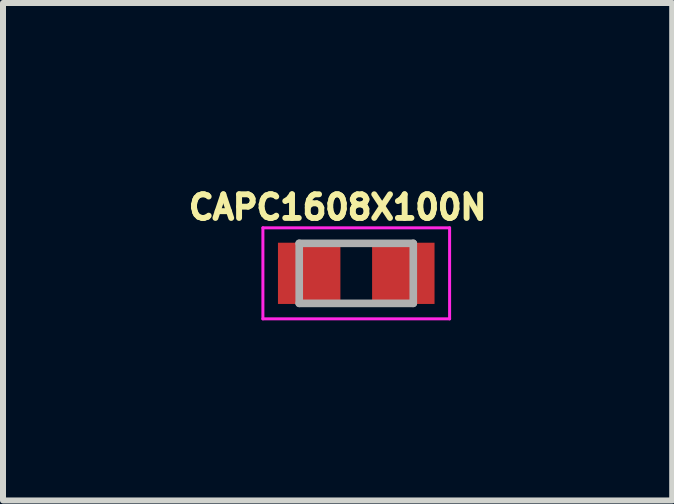
<source format=kicad_pcb>
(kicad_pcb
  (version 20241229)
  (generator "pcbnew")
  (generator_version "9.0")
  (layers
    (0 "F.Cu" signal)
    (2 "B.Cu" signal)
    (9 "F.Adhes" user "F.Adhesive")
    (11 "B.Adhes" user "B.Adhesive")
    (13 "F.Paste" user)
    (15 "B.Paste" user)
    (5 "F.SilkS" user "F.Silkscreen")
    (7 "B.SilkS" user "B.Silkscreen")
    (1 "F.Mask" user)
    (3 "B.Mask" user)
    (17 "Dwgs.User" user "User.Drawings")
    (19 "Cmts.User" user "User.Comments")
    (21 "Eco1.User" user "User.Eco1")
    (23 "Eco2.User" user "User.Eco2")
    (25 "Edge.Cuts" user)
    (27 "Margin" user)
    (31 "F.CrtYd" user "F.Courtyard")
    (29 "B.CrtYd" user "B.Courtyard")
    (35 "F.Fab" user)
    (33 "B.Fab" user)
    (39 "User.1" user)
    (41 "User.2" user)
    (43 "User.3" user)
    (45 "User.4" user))
  (footprint "CAPC1608X100N"
    (layer "F.Cu")
    (at 2.884 1.503)
    (property "Reference" "CAPC1608X100N" (at -0.31 -1.1 0) (layer "F.SilkS") (effects (font (size 0.394 0.394) (thickness 0.15))))
    (attr smd)
    (fp_line (start -1.555 -0.758) (end 1.555 -0.758) (stroke (width 0.05) (type solid)) (layer "F.CrtYd"))
    (fp_line (start -1.555 0.758) (end -1.555 -0.758) (stroke (width 0.05) (type solid)) (layer "F.CrtYd"))
    (fp_line (start -1.555 0.758) (end 1.555 0.758) (stroke (width 0.05) (type solid)) (layer "F.CrtYd"))
    (fp_line (start 1.555 0.758) (end 1.555 -0.758) (stroke (width 0.05) (type solid)) (layer "F.CrtYd"))
    (fp_line (start -0.95 0.5) (end -0.95 -0.5) (stroke (width 0.127) (type solid)) (layer "F.Fab"))
    (fp_line (start 0.95 -0.5) (end -0.95 -0.5) (stroke (width 0.127) (type solid)) (layer "F.Fab"))
    (fp_line (start 0.95 0.5) (end -0.95 0.5) (stroke (width 0.127) (type solid)) (layer "F.Fab"))
    (fp_line (start 0.95 0.5) (end 0.95 -0.5) (stroke (width 0.127) (type solid)) (layer "F.Fab"))
    (pad "1" smd rect (at -0.784 0) (size 1.04 1.02) (layers "F.Cu" "F.Mask" "F.Paste"))
    (pad "2" smd rect (at 0.784 0) (size 1.04 1.02) (layers "F.Cu" "F.Mask" "F.Paste")))
  (gr_rect
    (start -3 -3)
    (end 8.147 5.286)
    (stroke (width 0.1) (type default))
    (fill no)
    (layer "Edge.Cuts")))
</source>
